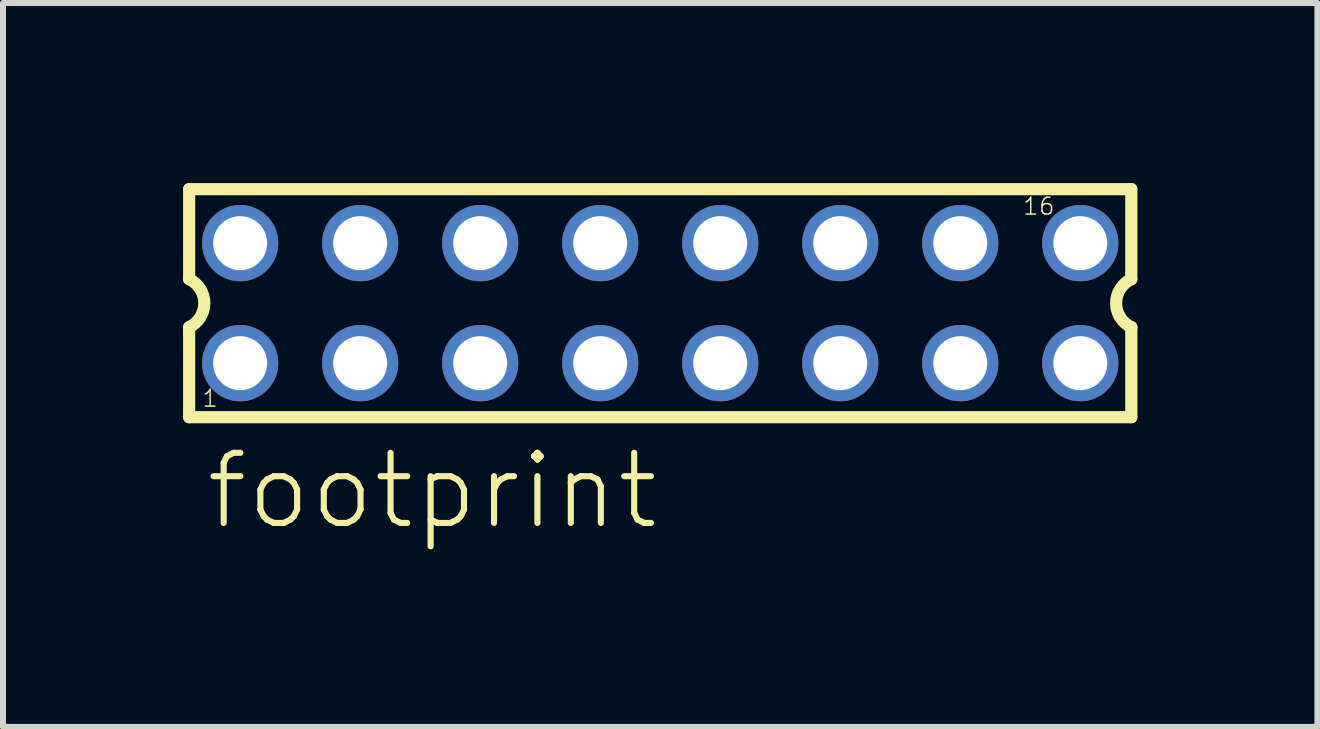
<source format=kicad_pcb>
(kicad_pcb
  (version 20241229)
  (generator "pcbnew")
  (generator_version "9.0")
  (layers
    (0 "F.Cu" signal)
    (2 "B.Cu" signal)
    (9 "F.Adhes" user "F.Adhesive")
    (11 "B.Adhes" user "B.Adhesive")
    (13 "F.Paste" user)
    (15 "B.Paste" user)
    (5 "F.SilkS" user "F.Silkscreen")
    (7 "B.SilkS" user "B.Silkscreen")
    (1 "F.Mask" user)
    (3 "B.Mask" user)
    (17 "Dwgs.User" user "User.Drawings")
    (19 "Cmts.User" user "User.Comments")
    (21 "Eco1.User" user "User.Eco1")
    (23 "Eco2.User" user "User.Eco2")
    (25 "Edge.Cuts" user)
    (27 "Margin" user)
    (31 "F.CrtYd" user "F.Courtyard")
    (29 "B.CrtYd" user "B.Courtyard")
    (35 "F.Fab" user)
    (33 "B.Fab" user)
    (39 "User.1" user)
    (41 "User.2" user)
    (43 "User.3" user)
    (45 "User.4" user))
  (footprint "footprint"
    (layer "F.Cu")
    (at 7.952 2.002)
    (property "Reference" "footprint" (at -7.62 3.81 0) (layer "F.SilkS") (effects (font (size 1.168 1.168) (thickness 0.102)) (justify left bottom)))
    (fp_line (start -7.85 -1.9) (end -7.85 -0.4) (stroke (width 0.203) (type solid)) (layer "F.SilkS"))
    (fp_line (start -7.85 0.4) (end -7.85 1.9) (stroke (width 0.203) (type solid)) (layer "F.SilkS"))
    (fp_line (start -7.85 1.9) (end 7.85 1.9) (stroke (width 0.203) (type solid)) (layer "F.SilkS"))
    (fp_line (start 7.85 -1.9) (end -7.85 -1.9) (stroke (width 0.203) (type solid)) (layer "F.SilkS"))
    (fp_line (start 7.85 -0.4) (end 7.85 -1.9) (stroke (width 0.203) (type solid)) (layer "F.SilkS"))
    (fp_line (start 7.85 1.9) (end 7.85 0.4) (stroke (width 0.203) (type solid)) (layer "F.SilkS"))
    (fp_arc (start -7.85 -0.4) (mid -7.597168 -0.000001) (end -7.849998 0.399999) (stroke (width 0.2032) (type solid)) (layer "F.SilkS"))
    (fp_arc (start 7.85 0.4) (mid 7.597168 0.000001) (end 7.849998 -0.399999) (stroke (width 0.2032) (type solid)) (layer "F.SilkS"))
    (fp_poly (pts (xy -7.25 -0.75) (xy -6.75 -0.75) (xy -6.75 -1.25) (xy -7.25 -1.25)) (stroke (width 0.1) (type solid)) (fill no) (layer "F.Fab"))
    (fp_poly (pts (xy -7.25 1.25) (xy -6.75 1.25) (xy -6.75 0.75) (xy -7.25 0.75)) (stroke (width 0.1) (type solid)) (fill no) (layer "F.Fab"))
    (fp_poly (pts (xy -5.25 -0.75) (xy -4.75 -0.75) (xy -4.75 -1.25) (xy -5.25 -1.25)) (stroke (width 0.1) (type solid)) (fill no) (layer "F.Fab"))
    (fp_poly (pts (xy -5.25 1.25) (xy -4.75 1.25) (xy -4.75 0.75) (xy -5.25 0.75)) (stroke (width 0.1) (type solid)) (fill no) (layer "F.Fab"))
    (fp_poly (pts (xy -3.25 -0.75) (xy -2.75 -0.75) (xy -2.75 -1.25) (xy -3.25 -1.25)) (stroke (width 0.1) (type solid)) (fill no) (layer "F.Fab"))
    (fp_poly (pts (xy -3.25 1.25) (xy -2.75 1.25) (xy -2.75 0.75) (xy -3.25 0.75)) (stroke (width 0.1) (type solid)) (fill no) (layer "F.Fab"))
    (fp_poly (pts (xy -1.25 -0.75) (xy -0.75 -0.75) (xy -0.75 -1.25) (xy -1.25 -1.25)) (stroke (width 0.1) (type solid)) (fill no) (layer "F.Fab"))
    (fp_poly (pts (xy -1.25 1.25) (xy -0.75 1.25) (xy -0.75 0.75) (xy -1.25 0.75)) (stroke (width 0.1) (type solid)) (fill no) (layer "F.Fab"))
    (fp_poly (pts (xy 0.75 -0.75) (xy 1.25 -0.75) (xy 1.25 -1.25) (xy 0.75 -1.25)) (stroke (width 0.1) (type solid)) (fill no) (layer "F.Fab"))
    (fp_poly (pts (xy 0.75 1.25) (xy 1.25 1.25) (xy 1.25 0.75) (xy 0.75 0.75)) (stroke (width 0.1) (type solid)) (fill no) (layer "F.Fab"))
    (fp_poly (pts (xy 2.75 -0.75) (xy 3.25 -0.75) (xy 3.25 -1.25) (xy 2.75 -1.25)) (stroke (width 0.1) (type solid)) (fill no) (layer "F.Fab"))
    (fp_poly (pts (xy 2.75 1.25) (xy 3.25 1.25) (xy 3.25 0.75) (xy 2.75 0.75)) (stroke (width 0.1) (type solid)) (fill no) (layer "F.Fab"))
    (fp_poly (pts (xy 4.75 -0.75) (xy 5.25 -0.75) (xy 5.25 -1.25) (xy 4.75 -1.25)) (stroke (width 0.1) (type solid)) (fill no) (layer "F.Fab"))
    (fp_poly (pts (xy 4.75 1.25) (xy 5.25 1.25) (xy 5.25 0.75) (xy 4.75 0.75)) (stroke (width 0.1) (type solid)) (fill no) (layer "F.Fab"))
    (fp_poly (pts (xy 6.75 -0.75) (xy 7.25 -0.75) (xy 7.25 -1.25) (xy 6.75 -1.25)) (stroke (width 0.1) (type solid)) (fill no) (layer "F.Fab"))
    (fp_poly (pts (xy 6.75 1.25) (xy 7.25 1.25) (xy 7.25 0.75) (xy 6.75 0.75)) (stroke (width 0.1) (type solid)) (fill no) (layer "F.Fab"))
    (fp_text user "16" (at 6.025 -1.45 0) (layer "F.SilkS") (effects (font (size 0.28 0.28) (thickness 0.024)) (justify left bottom)))
    (fp_text user "1" (at -7.65 1.75 0) (layer "F.SilkS") (effects (font (size 0.28 0.28) (thickness 0.024)) (justify left bottom)))
    (pad "1" thru_hole circle (at -7 1) (size 1.27 1.27) (drill 0.9) (layers "*.Cu" "*.Mask"))
    (pad "2" thru_hole circle (at -7 -1) (size 1.27 1.27) (drill 0.9) (layers "*.Cu" "*.Mask"))
    (pad "3" thru_hole circle (at -5 1) (size 1.27 1.27) (drill 0.9) (layers "*.Cu" "*.Mask"))
    (pad "4" thru_hole circle (at -5 -1) (size 1.27 1.27) (drill 0.9) (layers "*.Cu" "*.Mask"))
    (pad "5" thru_hole circle (at -3 1) (size 1.27 1.27) (drill 0.9) (layers "*.Cu" "*.Mask"))
    (pad "6" thru_hole circle (at -3 -1) (size 1.27 1.27) (drill 0.9) (layers "*.Cu" "*.Mask"))
    (pad "7" thru_hole circle (at -1 1) (size 1.27 1.27) (drill 0.9) (layers "*.Cu" "*.Mask"))
    (pad "8" thru_hole circle (at -1 -1) (size 1.27 1.27) (drill 0.9) (layers "*.Cu" "*.Mask"))
    (pad "9" thru_hole circle (at 1 1) (size 1.27 1.27) (drill 0.9) (layers "*.Cu" "*.Mask"))
    (pad "10" thru_hole circle (at 1 -1) (size 1.27 1.27) (drill 0.9) (layers "*.Cu" "*.Mask"))
    (pad "11" thru_hole circle (at 3 1) (size 1.27 1.27) (drill 0.9) (layers "*.Cu" "*.Mask"))
    (pad "12" thru_hole circle (at 3 -1) (size 1.27 1.27) (drill 0.9) (layers "*.Cu" "*.Mask"))
    (pad "13" thru_hole circle (at 5 1) (size 1.27 1.27) (drill 0.9) (layers "*.Cu" "*.Mask"))
    (pad "14" thru_hole circle (at 5 -1) (size 1.27 1.27) (drill 0.9) (layers "*.Cu" "*.Mask"))
    (pad "15" thru_hole circle (at 7 1) (size 1.27 1.27) (drill 0.9) (layers "*.Cu" "*.Mask"))
    (pad "16" thru_hole circle (at 7 -1) (size 1.27 1.27) (drill 0.9) (layers "*.Cu" "*.Mask")))
  (gr_rect
    (start -3 -3)
    (end 18.903 9.062)
    (stroke (width 0.1) (type default))
    (fill no)
    (layer "Edge.Cuts")))
</source>
